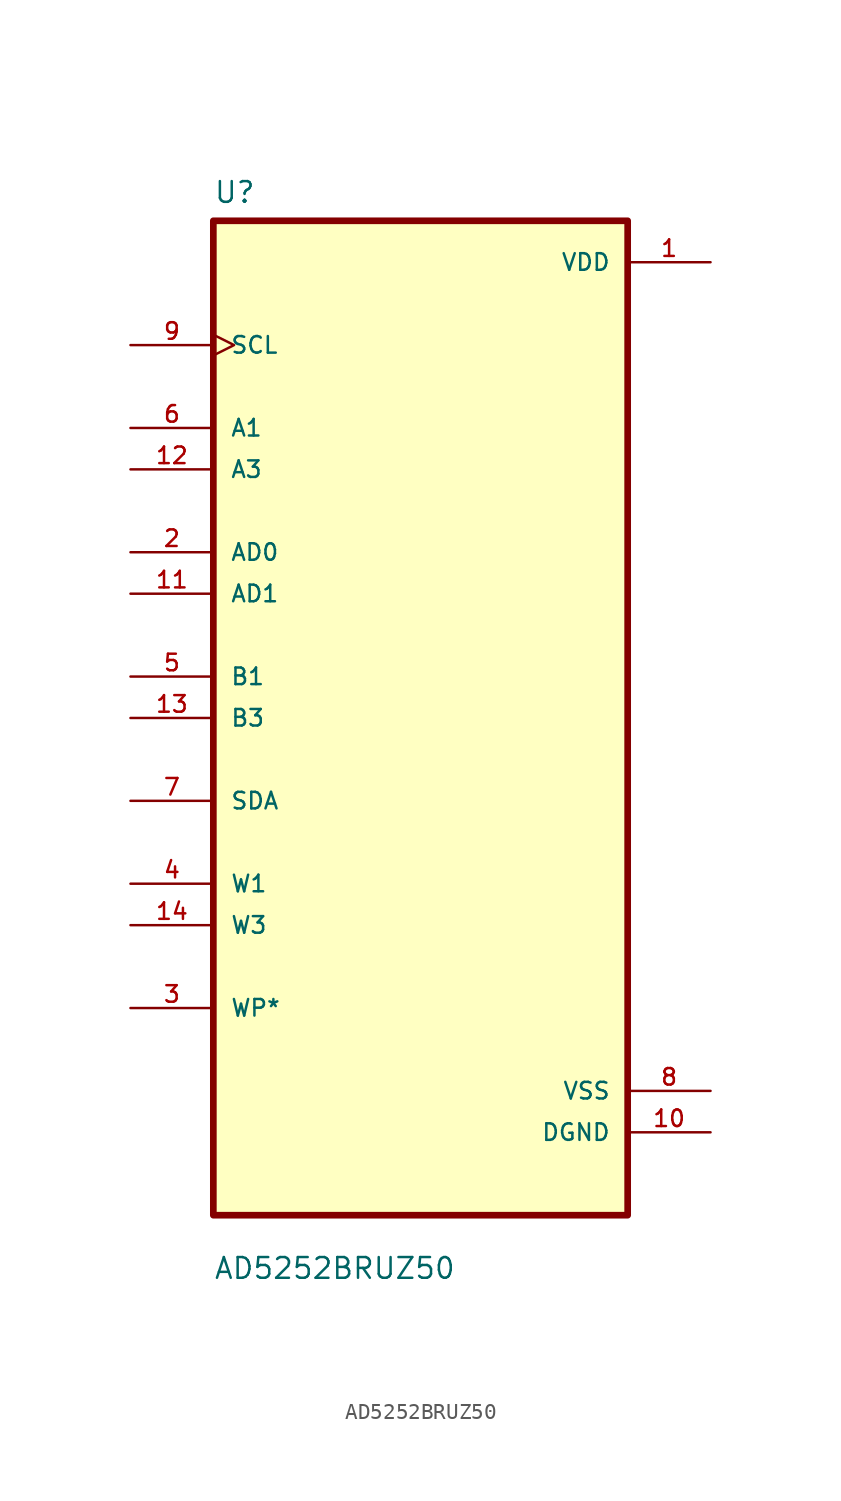
<source format=kicad_sym>
(kicad_symbol_lib
  (version 20211014)
  (generator kicad_symbol_editor)
  (symbol "AD5252BRUZ50"
    (pin_names
      (offset 1.016))
    (property "Reference" "U"
      (at -12.7 31.48 0.0)
      (effects (font (size 1.27 1.27)) (justify bottom left)))
    (property "Value" "AD5252BRUZ50"
      (at -12.7 -34.48 0.0)
      (effects (font (size 1.27 1.27)) (justify bottom left)))
    (symbol "AD5252BRUZ50_0_0"
      (rectangle (start -12.7 -30.48) (end 12.7 30.48) (stroke (width 0.41)) (fill (type background)))
      (pin input clock (at -17.78 22.86 0) (length 5.08) (name "SCL" (effects (font (size 1.016 1.016)))) (number "9" (effects (font (size 1.016 1.016)))))
      (pin bidirectional line (at -17.78 17.78 0) (length 5.08) (name "A1" (effects (font (size 1.016 1.016)))) (number "6" (effects (font (size 1.016 1.016)))))
      (pin bidirectional line (at -17.78 15.24 0) (length 5.08) (name "A3" (effects (font (size 1.016 1.016)))) (number "12" (effects (font (size 1.016 1.016)))))
      (pin bidirectional line (at -17.78 10.16 0) (length 5.08) (name "AD0" (effects (font (size 1.016 1.016)))) (number "2" (effects (font (size 1.016 1.016)))))
      (pin bidirectional line (at -17.78 7.62 0) (length 5.08) (name "AD1" (effects (font (size 1.016 1.016)))) (number "11" (effects (font (size 1.016 1.016)))))
      (pin bidirectional line (at -17.78 2.54 0) (length 5.08) (name "B1" (effects (font (size 1.016 1.016)))) (number "5" (effects (font (size 1.016 1.016)))))
      (pin bidirectional line (at -17.78 3.55271e-15 0) (length 5.08) (name "B3" (effects (font (size 1.016 1.016)))) (number "13" (effects (font (size 1.016 1.016)))))
      (pin bidirectional line (at -17.78 -5.08 0) (length 5.08) (name "SDA" (effects (font (size 1.016 1.016)))) (number "7" (effects (font (size 1.016 1.016)))))
      (pin bidirectional line (at -17.78 -10.16 0) (length 5.08) (name "W1" (effects (font (size 1.016 1.016)))) (number "4" (effects (font (size 1.016 1.016)))))
      (pin bidirectional line (at -17.78 -12.7 0) (length 5.08) (name "W3" (effects (font (size 1.016 1.016)))) (number "14" (effects (font (size 1.016 1.016)))))
      (pin bidirectional line (at -17.78 -17.78 0) (length 5.08) (name "WP*" (effects (font (size 1.016 1.016)))) (number "3" (effects (font (size 1.016 1.016)))))
      (pin power_in line (at 17.78 27.94 180.0) (length 5.08) (name "VDD" (effects (font (size 1.016 1.016)))) (number "1" (effects (font (size 1.016 1.016)))))
      (pin power_in line (at 17.78 -22.86 180.0) (length 5.08) (name "VSS" (effects (font (size 1.016 1.016)))) (number "8" (effects (font (size 1.016 1.016)))))
      (pin power_in line (at 17.78 -25.4 180.0) (length 5.08) (name "DGND" (effects (font (size 1.016 1.016)))) (number "10" (effects (font (size 1.016 1.016))))))))
</source>
